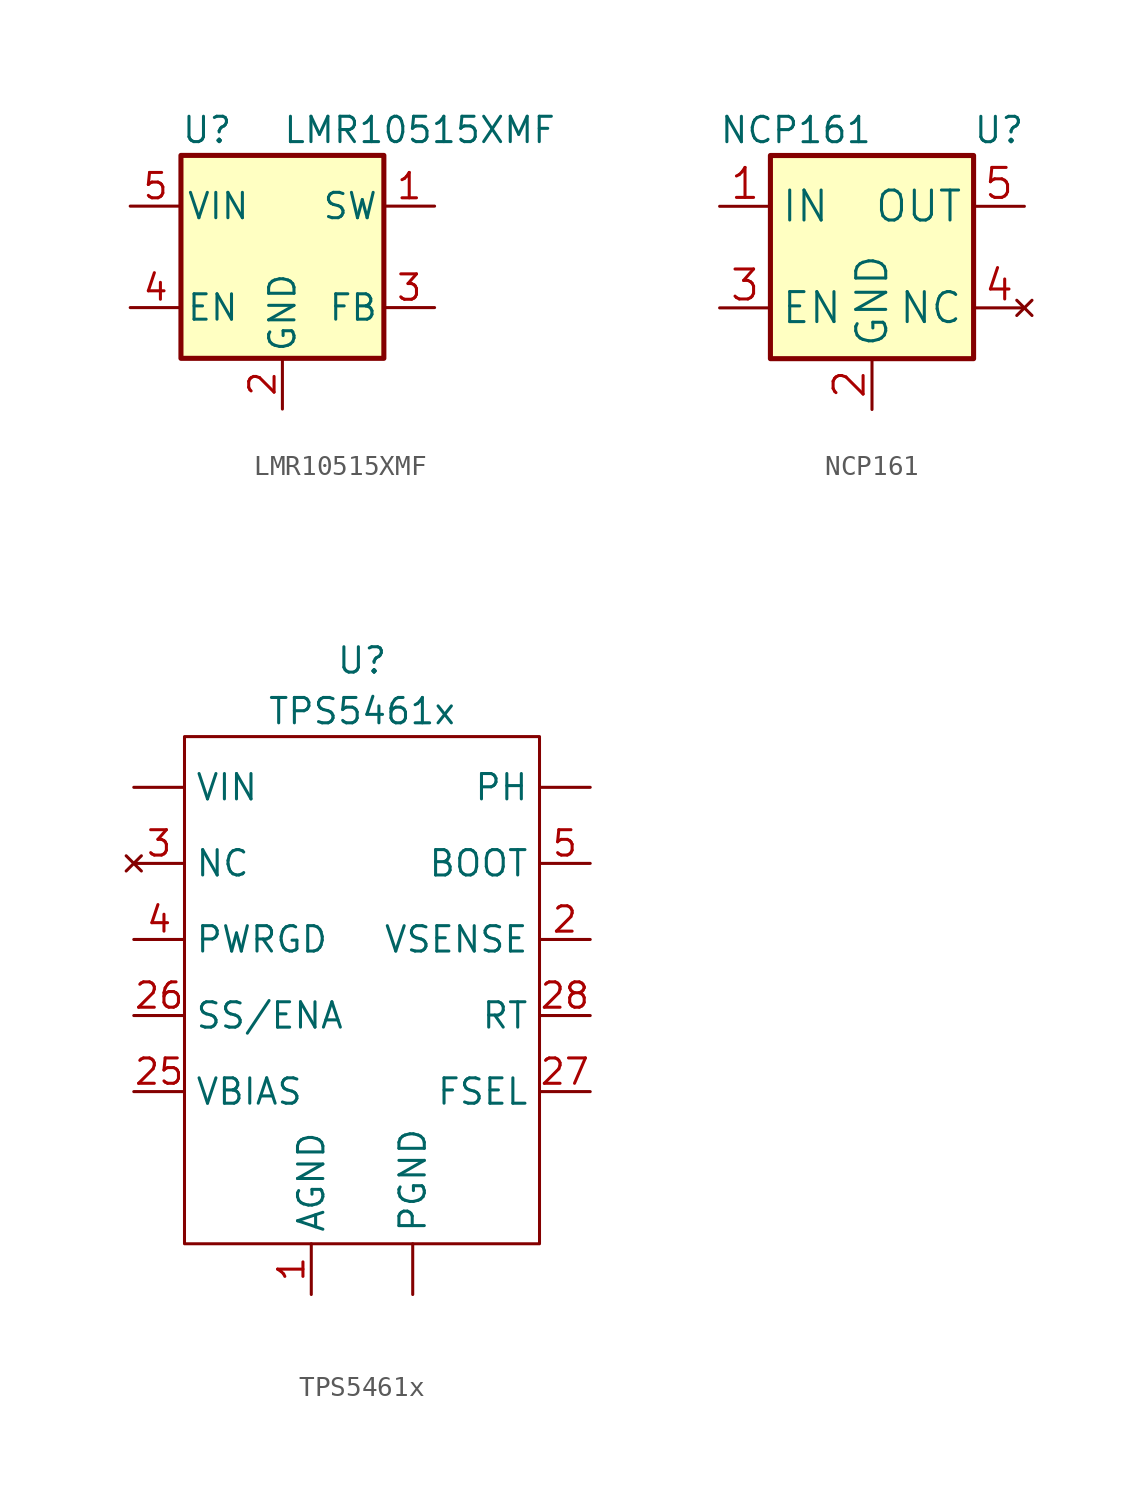
<source format=kicad_sym>
(kicad_symbol_lib
  (version 20211014)
  (generator kicad_symbol_editor)
  (symbol "LMR10515XMF"
    (pin_names
      (offset 0.254))
    (property "Reference" "U"
      (at -5.08 6.35 0)
      (effects (font (size 1.27 1.27)) (justify left)))
    (property "Value" "LMR10515XMF"
      (at 0 6.35 0)
      (effects (font (size 1.27 1.27)) (justify left)))
    (symbol "LMR10515XMF_0_1"
      (rectangle (start -5.08 5.08) (end 5.08 -5.08) (stroke (width 0.254) (type default) (color 0 0 0 0)) (fill (type background))))
    (symbol "LMR10515XMF_1_1"
      (pin output line (at 7.62 2.54 180) (length 2.54) (name "SW" (effects (font (size 1.27 1.27)))) (number "1" (effects (font (size 1.27 1.27)))))
      (pin power_in line (at 0 -7.62 90) (length 2.54) (name "GND" (effects (font (size 1.27 1.27)))) (number "2" (effects (font (size 1.27 1.27)))))
      (pin input line (at 7.62 -2.54 180) (length 2.54) (name "FB" (effects (font (size 1.27 1.27)))) (number "3" (effects (font (size 1.27 1.27)))))
      (pin input line (at -7.62 -2.54 0) (length 2.54) (name "EN" (effects (font (size 1.27 1.27)))) (number "4" (effects (font (size 1.27 1.27)))))
      (pin input line (at -7.62 2.54 0) (length 2.54) (name "VIN" (effects (font (size 1.27 1.27)))) (number "5" (effects (font (size 1.27 1.27)))))))
  (symbol "NCP161"
    (property "Reference" "U"
      (at 6.35 1.27 0)
      (effects (font (size 1.27 1.27))))
    (property "Value" "NCP161"
      (at -3.81 1.27 0)
      (effects (font (size 1.27 1.27))))
    (symbol "NCP161_0_1"
      (rectangle (start -5.08 0) (end 5.08 -10.16) (stroke (width 0.254) (type default) (color 0 0 0 0)) (fill (type background))))
    (symbol "NCP161_1_1"
      (pin power_in line (at -7.62 -2.54 0) (length 2.54) (name "IN" (effects (font (size 1.499 1.499)))) (number "1" (effects (font (size 1.499 1.499)))))
      (pin power_in line (at 0 -12.7 90) (length 2.54) (name "GND" (effects (font (size 1.499 1.499)))) (number "2" (effects (font (size 1.499 1.499)))))
      (pin input line (at -7.62 -7.62 0) (length 2.54) (name "EN" (effects (font (size 1.499 1.499)))) (number "3" (effects (font (size 1.499 1.499)))))
      (pin no_connect line (at 7.62 -7.62 180) (length 2.54) (name "NC" (effects (font (size 1.499 1.499)))) (number "4" (effects (font (size 1.499 1.499)))))
      (pin power_out line (at 7.62 -2.54 180) (length 2.54) (name "OUT" (effects (font (size 1.499 1.499)))) (number "5" (effects (font (size 1.499 1.499)))))))
  (symbol "TPS5461x"
    (property "Reference" "U"
      (at 0 2.54 0)
      (effects (font (size 1.27 1.27))))
    (property "Value" "TPS5461x"
      (at 0 0 0)
      (effects (font (size 1.27 1.27))))
    (symbol "TPS5461x_0_0"
      (pin power_in line (at -2.54 -29.21 90) (length 2.54) (name "AGND" (effects (font (size 1.27 1.27)))) (number "1" (effects (font (size 1.27 1.27)))))
      (pin power_out line (at 11.43 -3.81 180) (length 2.54) hide (name "PH" (effects (font (size 1.27 1.27)))) (number "10" (effects (font (size 1.27 1.27)))))
      (pin power_out line (at 11.43 -3.81 180) (length 2.54) hide (name "PH" (effects (font (size 1.27 1.27)))) (number "11" (effects (font (size 1.27 1.27)))))
      (pin power_out line (at 11.43 -3.81 180) (length 2.54) hide (name "PH" (effects (font (size 1.27 1.27)))) (number "12" (effects (font (size 1.27 1.27)))))
      (pin power_out line (at 11.43 -3.81 180) (length 2.54) hide (name "PH" (effects (font (size 1.27 1.27)))) (number "13" (effects (font (size 1.27 1.27)))))
      (pin power_out line (at 11.43 -3.81 180) (length 2.54) hide (name "PH" (effects (font (size 1.27 1.27)))) (number "14" (effects (font (size 1.27 1.27)))))
      (pin power_in line (at 2.54 -29.21 90) (length 2.54) (name "PGND" (effects (font (size 1.27 1.27)))) (number "15" (effects (font (size 0 0)))))
      (pin power_in line (at 2.54 -29.21 90) (length 2.54) hide (name "PGND" (effects (font (size 1.27 1.27)))) (number "16" (effects (font (size 1.27 1.27)))))
      (pin power_in line (at 2.54 -29.21 90) (length 2.54) hide (name "PGND" (effects (font (size 1.27 1.27)))) (number "17" (effects (font (size 1.27 1.27)))))
      (pin power_in line (at 2.54 -29.21 90) (length 2.54) hide (name "PGND" (effects (font (size 1.27 1.27)))) (number "18" (effects (font (size 1.27 1.27)))))
      (pin power_in line (at 2.54 -29.21 90) (length 2.54) hide (name "PGND" (effects (font (size 1.27 1.27)))) (number "19" (effects (font (size 1.27 1.27)))))
      (pin input line (at 11.43 -11.43 180) (length 2.54) (name "VSENSE" (effects (font (size 1.27 1.27)))) (number "2" (effects (font (size 1.27 1.27)))))
      (pin power_in line (at -11.43 -3.81 0) (length 2.54) (name "VIN" (effects (font (size 1.27 1.27)))) (number "20" (effects (font (size 0 0)))))
      (pin power_in line (at -11.43 -3.81 0) (length 2.54) hide (name "VIN" (effects (font (size 1.27 1.27)))) (number "21" (effects (font (size 1.27 1.27)))))
      (pin power_in line (at -11.43 -3.81 0) (length 2.54) hide (name "VIN" (effects (font (size 1.27 1.27)))) (number "22" (effects (font (size 1.27 1.27)))))
      (pin power_in line (at -11.43 -3.81 0) (length 2.54) hide (name "VIN" (effects (font (size 1.27 1.27)))) (number "23" (effects (font (size 1.27 1.27)))))
      (pin power_in line (at -11.43 -3.81 0) (length 2.54) hide (name "VIN" (effects (font (size 1.27 1.27)))) (number "24" (effects (font (size 1.27 1.27)))))
      (pin power_in line (at -11.43 -19.05 0) (length 2.54) (name "VBIAS" (effects (font (size 1.27 1.27)))) (number "25" (effects (font (size 1.27 1.27)))))
      (pin power_in line (at -11.43 -15.24 0) (length 2.54) (name "SS/ENA" (effects (font (size 1.27 1.27)))) (number "26" (effects (font (size 1.27 1.27)))))
      (pin input line (at 11.43 -19.05 180) (length 2.54) (name "FSEL" (effects (font (size 1.27 1.27)))) (number "27" (effects (font (size 1.27 1.27)))))
      (pin passive line (at 11.43 -15.24 180) (length 2.54) (name "RT" (effects (font (size 1.27 1.27)))) (number "28" (effects (font (size 1.27 1.27)))))
      (pin no_connect line (at -11.43 -7.62 0) (length 2.54) (name "NC" (effects (font (size 1.27 1.27)))) (number "3" (effects (font (size 1.27 1.27)))))
      (pin output line (at -11.43 -11.43 0) (length 2.54) (name "PWRGD" (effects (font (size 1.27 1.27)))) (number "4" (effects (font (size 1.27 1.27)))))
      (pin input line (at 11.43 -7.62 180) (length 2.54) (name "BOOT" (effects (font (size 1.27 1.27)))) (number "5" (effects (font (size 1.27 1.27)))))
      (pin power_out line (at 11.43 -3.81 180) (length 2.54) (name "PH" (effects (font (size 1.27 1.27)))) (number "6" (effects (font (size 0 0)))))
      (pin power_out line (at 11.43 -3.81 180) (length 2.54) hide (name "PH" (effects (font (size 1.27 1.27)))) (number "7" (effects (font (size 1.27 1.27)))))
      (pin power_out line (at 11.43 -3.81 180) (length 2.54) hide (name "PH" (effects (font (size 1.27 1.27)))) (number "8" (effects (font (size 1.27 1.27)))))
      (pin power_out line (at 11.43 -3.81 180) (length 2.54) hide (name "PH" (effects (font (size 1.27 1.27)))) (number "9" (effects (font (size 1.27 1.27))))))
    (symbol "TPS5461x_0_1"
      (rectangle (start -8.89 -1.27) (end 8.89 -26.67) (stroke (width 0.152) (type default) (color 0 0 0 0)) (fill (type none))))))
</source>
